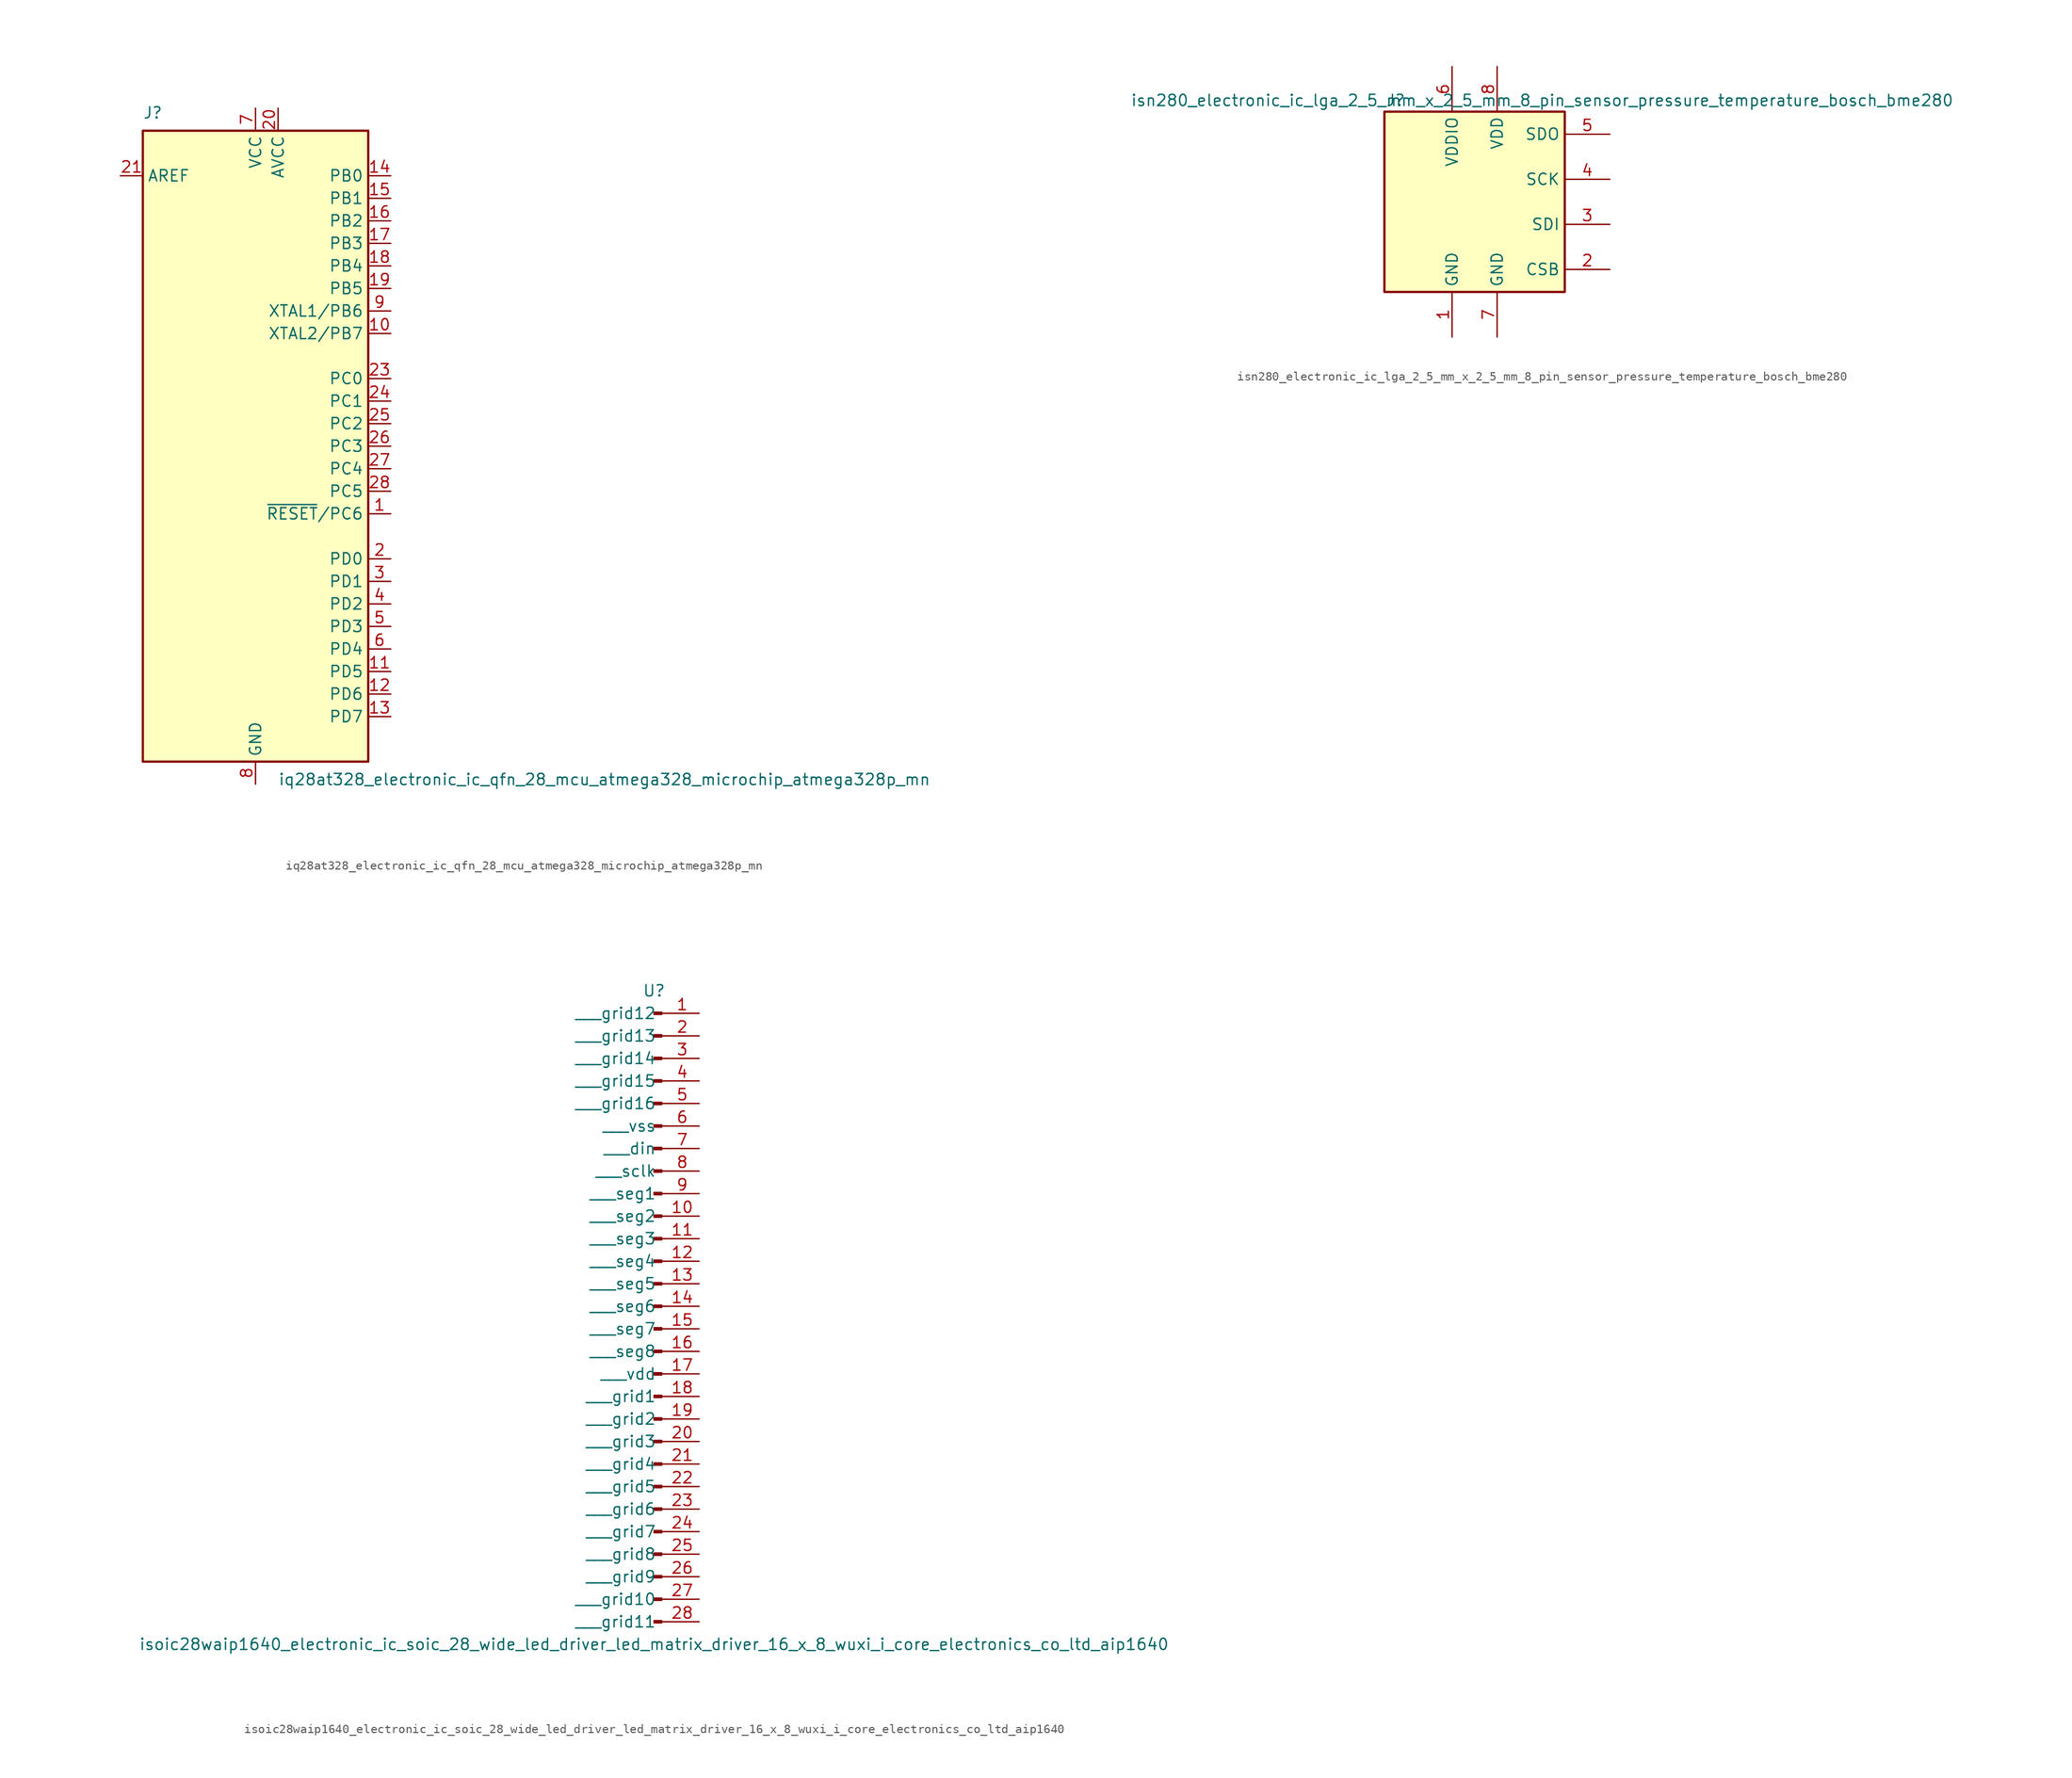
<source format=kicad_sym>
(kicad_symbol_lib
  (version 20220914)
  (generator kicad_symbol_editor)
  (symbol "iq28at328_electronic_ic_qfn_28_mcu_atmega328_microchip_atmega328p_mn"
    (property "Reference" "J"
      (at -12.7 36.83 0)
      (effects (font (size 1.27 1.27)) (justify left bottom)))
    (property "Value" "iq28at328_electronic_ic_qfn_28_mcu_atmega328_microchip_atmega328p_mn"
      (at 2.54 -36.83 0)
      (effects (font (size 1.27 1.27)) (justify left top)))
    (symbol "iq28at328_electronic_ic_qfn_28_mcu_atmega328_microchip_atmega328p_mn_0_1"
      (rectangle (start -12.7 -35.56) (end 12.7 35.56) (stroke (width 0.254) (type default)) (fill (type background))))
    (symbol "iq28at328_electronic_ic_qfn_28_mcu_atmega328_microchip_atmega328p_mn_1_1"
      (pin bidirectional line (at 15.24 -7.62 180) (length 2.54) (name "~{RESET}/PC6" (effects (font (size 1.27 1.27)))) (number "1" (effects (font (size 1.27 1.27)))))
      (pin bidirectional line (at 15.24 12.7 180) (length 2.54) (name "XTAL2/PB7" (effects (font (size 1.27 1.27)))) (number "10" (effects (font (size 1.27 1.27)))))
      (pin bidirectional line (at 15.24 -25.4 180) (length 2.54) (name "PD5" (effects (font (size 1.27 1.27)))) (number "11" (effects (font (size 1.27 1.27)))))
      (pin bidirectional line (at 15.24 -27.94 180) (length 2.54) (name "PD6" (effects (font (size 1.27 1.27)))) (number "12" (effects (font (size 1.27 1.27)))))
      (pin bidirectional line (at 15.24 -30.48 180) (length 2.54) (name "PD7" (effects (font (size 1.27 1.27)))) (number "13" (effects (font (size 1.27 1.27)))))
      (pin bidirectional line (at 15.24 30.48 180) (length 2.54) (name "PB0" (effects (font (size 1.27 1.27)))) (number "14" (effects (font (size 1.27 1.27)))))
      (pin bidirectional line (at 15.24 27.94 180) (length 2.54) (name "PB1" (effects (font (size 1.27 1.27)))) (number "15" (effects (font (size 1.27 1.27)))))
      (pin bidirectional line (at 15.24 25.4 180) (length 2.54) (name "PB2" (effects (font (size 1.27 1.27)))) (number "16" (effects (font (size 1.27 1.27)))))
      (pin bidirectional line (at 15.24 22.86 180) (length 2.54) (name "PB3" (effects (font (size 1.27 1.27)))) (number "17" (effects (font (size 1.27 1.27)))))
      (pin bidirectional line (at 15.24 20.32 180) (length 2.54) (name "PB4" (effects (font (size 1.27 1.27)))) (number "18" (effects (font (size 1.27 1.27)))))
      (pin bidirectional line (at 15.24 17.78 180) (length 2.54) (name "PB5" (effects (font (size 1.27 1.27)))) (number "19" (effects (font (size 1.27 1.27)))))
      (pin bidirectional line (at 15.24 -12.7 180) (length 2.54) (name "PD0" (effects (font (size 1.27 1.27)))) (number "2" (effects (font (size 1.27 1.27)))))
      (pin power_in line (at 2.54 38.1 270) (length 2.54) (name "AVCC" (effects (font (size 1.27 1.27)))) (number "20" (effects (font (size 1.27 1.27)))))
      (pin passive line (at -15.24 30.48 0) (length 2.54) (name "AREF" (effects (font (size 1.27 1.27)))) (number "21" (effects (font (size 1.27 1.27)))))
      (pin passive line (at 0 -38.1 90) (length 2.54) hide (name "GND" (effects (font (size 1.27 1.27)))) (number "22" (effects (font (size 1.27 1.27)))))
      (pin bidirectional line (at 15.24 7.62 180) (length 2.54) (name "PC0" (effects (font (size 1.27 1.27)))) (number "23" (effects (font (size 1.27 1.27)))))
      (pin bidirectional line (at 15.24 5.08 180) (length 2.54) (name "PC1" (effects (font (size 1.27 1.27)))) (number "24" (effects (font (size 1.27 1.27)))))
      (pin bidirectional line (at 15.24 2.54 180) (length 2.54) (name "PC2" (effects (font (size 1.27 1.27)))) (number "25" (effects (font (size 1.27 1.27)))))
      (pin bidirectional line (at 15.24 0 180) (length 2.54) (name "PC3" (effects (font (size 1.27 1.27)))) (number "26" (effects (font (size 1.27 1.27)))))
      (pin bidirectional line (at 15.24 -2.54 180) (length 2.54) (name "PC4" (effects (font (size 1.27 1.27)))) (number "27" (effects (font (size 1.27 1.27)))))
      (pin bidirectional line (at 15.24 -5.08 180) (length 2.54) (name "PC5" (effects (font (size 1.27 1.27)))) (number "28" (effects (font (size 1.27 1.27)))))
      (pin bidirectional line (at 15.24 -15.24 180) (length 2.54) (name "PD1" (effects (font (size 1.27 1.27)))) (number "3" (effects (font (size 1.27 1.27)))))
      (pin bidirectional line (at 15.24 -17.78 180) (length 2.54) (name "PD2" (effects (font (size 1.27 1.27)))) (number "4" (effects (font (size 1.27 1.27)))))
      (pin bidirectional line (at 15.24 -20.32 180) (length 2.54) (name "PD3" (effects (font (size 1.27 1.27)))) (number "5" (effects (font (size 1.27 1.27)))))
      (pin bidirectional line (at 15.24 -22.86 180) (length 2.54) (name "PD4" (effects (font (size 1.27 1.27)))) (number "6" (effects (font (size 1.27 1.27)))))
      (pin power_in line (at 0 38.1 270) (length 2.54) (name "VCC" (effects (font (size 1.27 1.27)))) (number "7" (effects (font (size 1.27 1.27)))))
      (pin power_in line (at 0 -38.1 90) (length 2.54) (name "GND" (effects (font (size 1.27 1.27)))) (number "8" (effects (font (size 1.27 1.27)))))
      (pin bidirectional line (at 15.24 15.24 180) (length 2.54) (name "XTAL1/PB6" (effects (font (size 1.27 1.27)))) (number "9" (effects (font (size 1.27 1.27)))))))
  (symbol "isn280_electronic_ic_lga_2_5_mm_x_2_5_mm_8_pin_sensor_pressure_temperature_bosch_bme280"
    (property "Reference" "J"
      (at -8.89 11.43 0)
      (effects (font (size 1.27 1.27))))
    (property "Value" "isn280_electronic_ic_lga_2_5_mm_x_2_5_mm_8_pin_sensor_pressure_temperature_bosch_bme280"
      (at 7.62 11.43 0)
      (effects (font (size 1.27 1.27))))
    (symbol "isn280_electronic_ic_lga_2_5_mm_x_2_5_mm_8_pin_sensor_pressure_temperature_bosch_bme280_0_1"
      (rectangle (start -10.16 10.16) (end 10.16 -10.16) (stroke (width 0.254) (type default)) (fill (type background))))
    (symbol "isn280_electronic_ic_lga_2_5_mm_x_2_5_mm_8_pin_sensor_pressure_temperature_bosch_bme280_1_1"
      (pin power_in line (at -2.54 -15.24 90) (length 5.08) (name "GND" (effects (font (size 1.27 1.27)))) (number "1" (effects (font (size 1.27 1.27)))))
      (pin input line (at 15.24 -7.62 180) (length 5.08) (name "CSB" (effects (font (size 1.27 1.27)))) (number "2" (effects (font (size 1.27 1.27)))))
      (pin bidirectional line (at 15.24 -2.54 180) (length 5.08) (name "SDI" (effects (font (size 1.27 1.27)))) (number "3" (effects (font (size 1.27 1.27)))))
      (pin input line (at 15.24 2.54 180) (length 5.08) (name "SCK" (effects (font (size 1.27 1.27)))) (number "4" (effects (font (size 1.27 1.27)))))
      (pin bidirectional line (at 15.24 7.62 180) (length 5.08) (name "SDO" (effects (font (size 1.27 1.27)))) (number "5" (effects (font (size 1.27 1.27)))))
      (pin power_in line (at -2.54 15.24 270) (length 5.08) (name "VDDIO" (effects (font (size 1.27 1.27)))) (number "6" (effects (font (size 1.27 1.27)))))
      (pin power_in line (at 2.54 -15.24 90) (length 5.08) (name "GND" (effects (font (size 1.27 1.27)))) (number "7" (effects (font (size 1.27 1.27)))))
      (pin power_in line (at 2.54 15.24 270) (length 5.08) (name "VDD" (effects (font (size 1.27 1.27)))) (number "8" (effects (font (size 1.27 1.27)))))))
  (symbol "isoic28waip1640_electronic_ic_soic_28_wide_led_driver_led_matrix_driver_16_x_8_wuxi_i_core_electronics_co_ltd_aip1640"
    (pin_names
      (offset 1.016))
    (property "Reference" "U"
      (at 0 35.56 0)
      (effects (font (size 1.27 1.27))))
    (property "Value" "isoic28waip1640_electronic_ic_soic_28_wide_led_driver_led_matrix_driver_16_x_8_wuxi_i_core_electronics_co_ltd_aip1640"
      (at 0 -38.1 0)
      (effects (font (size 1.27 1.27))))
    (property "ki_locked" ""
      (at 0 0 0)
      (effects (font (size 1.27 1.27))))
    (symbol "isoic28waip1640_electronic_ic_soic_28_wide_led_driver_led_matrix_driver_16_x_8_wuxi_i_core_electronics_co_ltd_aip1640_1_1"
      (polyline (pts (xy 1.27 -35.56) (xy 0.864 -35.56)) (stroke (width 0.152) (type default)) (fill (type none)))
      (polyline (pts (xy 1.27 -33.02) (xy 0.864 -33.02)) (stroke (width 0.152) (type default)) (fill (type none)))
      (polyline (pts (xy 1.27 -30.48) (xy 0.864 -30.48)) (stroke (width 0.152) (type default)) (fill (type none)))
      (polyline (pts (xy 1.27 -27.94) (xy 0.864 -27.94)) (stroke (width 0.152) (type default)) (fill (type none)))
      (polyline (pts (xy 1.27 -25.4) (xy 0.864 -25.4)) (stroke (width 0.152) (type default)) (fill (type none)))
      (polyline (pts (xy 1.27 -22.86) (xy 0.864 -22.86)) (stroke (width 0.152) (type default)) (fill (type none)))
      (polyline (pts (xy 1.27 -20.32) (xy 0.864 -20.32)) (stroke (width 0.152) (type default)) (fill (type none)))
      (polyline (pts (xy 1.27 -17.78) (xy 0.864 -17.78)) (stroke (width 0.152) (type default)) (fill (type none)))
      (polyline (pts (xy 1.27 -15.24) (xy 0.864 -15.24)) (stroke (width 0.152) (type default)) (fill (type none)))
      (polyline (pts (xy 1.27 -12.7) (xy 0.864 -12.7)) (stroke (width 0.152) (type default)) (fill (type none)))
      (polyline (pts (xy 1.27 -10.16) (xy 0.864 -10.16)) (stroke (width 0.152) (type default)) (fill (type none)))
      (polyline (pts (xy 1.27 -7.62) (xy 0.864 -7.62)) (stroke (width 0.152) (type default)) (fill (type none)))
      (polyline (pts (xy 1.27 -5.08) (xy 0.864 -5.08)) (stroke (width 0.152) (type default)) (fill (type none)))
      (polyline (pts (xy 1.27 -2.54) (xy 0.864 -2.54)) (stroke (width 0.152) (type default)) (fill (type none)))
      (polyline (pts (xy 1.27 0) (xy 0.864 0)) (stroke (width 0.152) (type default)) (fill (type none)))
      (polyline (pts (xy 1.27 2.54) (xy 0.864 2.54)) (stroke (width 0.152) (type default)) (fill (type none)))
      (polyline (pts (xy 1.27 5.08) (xy 0.864 5.08)) (stroke (width 0.152) (type default)) (fill (type none)))
      (polyline (pts (xy 1.27 7.62) (xy 0.864 7.62)) (stroke (width 0.152) (type default)) (fill (type none)))
      (polyline (pts (xy 1.27 10.16) (xy 0.864 10.16)) (stroke (width 0.152) (type default)) (fill (type none)))
      (polyline (pts (xy 1.27 12.7) (xy 0.864 12.7)) (stroke (width 0.152) (type default)) (fill (type none)))
      (polyline (pts (xy 1.27 15.24) (xy 0.864 15.24)) (stroke (width 0.152) (type default)) (fill (type none)))
      (polyline (pts (xy 1.27 17.78) (xy 0.864 17.78)) (stroke (width 0.152) (type default)) (fill (type none)))
      (polyline (pts (xy 1.27 20.32) (xy 0.864 20.32)) (stroke (width 0.152) (type default)) (fill (type none)))
      (polyline (pts (xy 1.27 22.86) (xy 0.864 22.86)) (stroke (width 0.152) (type default)) (fill (type none)))
      (polyline (pts (xy 1.27 25.4) (xy 0.864 25.4)) (stroke (width 0.152) (type default)) (fill (type none)))
      (polyline (pts (xy 1.27 27.94) (xy 0.864 27.94)) (stroke (width 0.152) (type default)) (fill (type none)))
      (polyline (pts (xy 1.27 30.48) (xy 0.864 30.48)) (stroke (width 0.152) (type default)) (fill (type none)))
      (polyline (pts (xy 1.27 33.02) (xy 0.864 33.02)) (stroke (width 0.152) (type default)) (fill (type none)))
      (rectangle (start 0.864 -35.433) (end 0 -35.687) (stroke (width 0.152) (type default)) (fill (type outline)))
      (rectangle (start 0.864 -32.893) (end 0 -33.147) (stroke (width 0.152) (type default)) (fill (type outline)))
      (rectangle (start 0.864 -30.353) (end 0 -30.607) (stroke (width 0.152) (type default)) (fill (type outline)))
      (rectangle (start 0.864 -27.813) (end 0 -28.067) (stroke (width 0.152) (type default)) (fill (type outline)))
      (rectangle (start 0.864 -25.273) (end 0 -25.527) (stroke (width 0.152) (type default)) (fill (type outline)))
      (rectangle (start 0.864 -22.733) (end 0 -22.987) (stroke (width 0.152) (type default)) (fill (type outline)))
      (rectangle (start 0.864 -20.193) (end 0 -20.447) (stroke (width 0.152) (type default)) (fill (type outline)))
      (rectangle (start 0.864 -17.653) (end 0 -17.907) (stroke (width 0.152) (type default)) (fill (type outline)))
      (rectangle (start 0.864 -15.113) (end 0 -15.367) (stroke (width 0.152) (type default)) (fill (type outline)))
      (rectangle (start 0.864 -12.573) (end 0 -12.827) (stroke (width 0.152) (type default)) (fill (type outline)))
      (rectangle (start 0.864 -10.033) (end 0 -10.287) (stroke (width 0.152) (type default)) (fill (type outline)))
      (rectangle (start 0.864 -7.493) (end 0 -7.747) (stroke (width 0.152) (type default)) (fill (type outline)))
      (rectangle (start 0.864 -4.953) (end 0 -5.207) (stroke (width 0.152) (type default)) (fill (type outline)))
      (rectangle (start 0.864 -2.413) (end 0 -2.667) (stroke (width 0.152) (type default)) (fill (type outline)))
      (rectangle (start 0.864 0.127) (end 0 -0.127) (stroke (width 0.152) (type default)) (fill (type outline)))
      (rectangle (start 0.864 2.667) (end 0 2.413) (stroke (width 0.152) (type default)) (fill (type outline)))
      (rectangle (start 0.864 5.207) (end 0 4.953) (stroke (width 0.152) (type default)) (fill (type outline)))
      (rectangle (start 0.864 7.747) (end 0 7.493) (stroke (width 0.152) (type default)) (fill (type outline)))
      (rectangle (start 0.864 10.287) (end 0 10.033) (stroke (width 0.152) (type default)) (fill (type outline)))
      (rectangle (start 0.864 12.827) (end 0 12.573) (stroke (width 0.152) (type default)) (fill (type outline)))
      (rectangle (start 0.864 15.367) (end 0 15.113) (stroke (width 0.152) (type default)) (fill (type outline)))
      (rectangle (start 0.864 17.907) (end 0 17.653) (stroke (width 0.152) (type default)) (fill (type outline)))
      (rectangle (start 0.864 20.447) (end 0 20.193) (stroke (width 0.152) (type default)) (fill (type outline)))
      (rectangle (start 0.864 22.987) (end 0 22.733) (stroke (width 0.152) (type default)) (fill (type outline)))
      (rectangle (start 0.864 25.527) (end 0 25.273) (stroke (width 0.152) (type default)) (fill (type outline)))
      (rectangle (start 0.864 28.067) (end 0 27.813) (stroke (width 0.152) (type default)) (fill (type outline)))
      (rectangle (start 0.864 30.607) (end 0 30.353) (stroke (width 0.152) (type default)) (fill (type outline)))
      (rectangle (start 0.864 33.147) (end 0 32.893) (stroke (width 0.152) (type default)) (fill (type outline)))
      (pin passive line (at 5.08 33.02 180) (length 3.81) (name "   grid12" (effects (font (size 1.27 1.27)))) (number "1" (effects (font (size 1.27 1.27)))))
      (pin passive line (at 5.08 10.16 180) (length 3.81) (name "   seg2" (effects (font (size 1.27 1.27)))) (number "10" (effects (font (size 1.27 1.27)))))
      (pin passive line (at 5.08 7.62 180) (length 3.81) (name "   seg3" (effects (font (size 1.27 1.27)))) (number "11" (effects (font (size 1.27 1.27)))))
      (pin passive line (at 5.08 5.08 180) (length 3.81) (name "   seg4" (effects (font (size 1.27 1.27)))) (number "12" (effects (font (size 1.27 1.27)))))
      (pin passive line (at 5.08 2.54 180) (length 3.81) (name "   seg5" (effects (font (size 1.27 1.27)))) (number "13" (effects (font (size 1.27 1.27)))))
      (pin passive line (at 5.08 0 180) (length 3.81) (name "   seg6" (effects (font (size 1.27 1.27)))) (number "14" (effects (font (size 1.27 1.27)))))
      (pin passive line (at 5.08 -2.54 180) (length 3.81) (name "   seg7" (effects (font (size 1.27 1.27)))) (number "15" (effects (font (size 1.27 1.27)))))
      (pin passive line (at 5.08 -5.08 180) (length 3.81) (name "   seg8" (effects (font (size 1.27 1.27)))) (number "16" (effects (font (size 1.27 1.27)))))
      (pin passive line (at 5.08 -7.62 180) (length 3.81) (name "   vdd" (effects (font (size 1.27 1.27)))) (number "17" (effects (font (size 1.27 1.27)))))
      (pin passive line (at 5.08 -10.16 180) (length 3.81) (name "   grid1" (effects (font (size 1.27 1.27)))) (number "18" (effects (font (size 1.27 1.27)))))
      (pin passive line (at 5.08 -12.7 180) (length 3.81) (name "   grid2" (effects (font (size 1.27 1.27)))) (number "19" (effects (font (size 1.27 1.27)))))
      (pin passive line (at 5.08 30.48 180) (length 3.81) (name "   grid13" (effects (font (size 1.27 1.27)))) (number "2" (effects (font (size 1.27 1.27)))))
      (pin passive line (at 5.08 -15.24 180) (length 3.81) (name "   grid3" (effects (font (size 1.27 1.27)))) (number "20" (effects (font (size 1.27 1.27)))))
      (pin passive line (at 5.08 -17.78 180) (length 3.81) (name "   grid4" (effects (font (size 1.27 1.27)))) (number "21" (effects (font (size 1.27 1.27)))))
      (pin passive line (at 5.08 -20.32 180) (length 3.81) (name "   grid5" (effects (font (size 1.27 1.27)))) (number "22" (effects (font (size 1.27 1.27)))))
      (pin passive line (at 5.08 -22.86 180) (length 3.81) (name "   grid6" (effects (font (size 1.27 1.27)))) (number "23" (effects (font (size 1.27 1.27)))))
      (pin passive line (at 5.08 -25.4 180) (length 3.81) (name "   grid7" (effects (font (size 1.27 1.27)))) (number "24" (effects (font (size 1.27 1.27)))))
      (pin passive line (at 5.08 -27.94 180) (length 3.81) (name "   grid8" (effects (font (size 1.27 1.27)))) (number "25" (effects (font (size 1.27 1.27)))))
      (pin passive line (at 5.08 -30.48 180) (length 3.81) (name "   grid9" (effects (font (size 1.27 1.27)))) (number "26" (effects (font (size 1.27 1.27)))))
      (pin passive line (at 5.08 -33.02 180) (length 3.81) (name "   grid10" (effects (font (size 1.27 1.27)))) (number "27" (effects (font (size 1.27 1.27)))))
      (pin passive line (at 5.08 -35.56 180) (length 3.81) (name "   grid11" (effects (font (size 1.27 1.27)))) (number "28" (effects (font (size 1.27 1.27)))))
      (pin passive line (at 5.08 27.94 180) (length 3.81) (name "   grid14" (effects (font (size 1.27 1.27)))) (number "3" (effects (font (size 1.27 1.27)))))
      (pin passive line (at 5.08 25.4 180) (length 3.81) (name "   grid15" (effects (font (size 1.27 1.27)))) (number "4" (effects (font (size 1.27 1.27)))))
      (pin passive line (at 5.08 22.86 180) (length 3.81) (name "   grid16" (effects (font (size 1.27 1.27)))) (number "5" (effects (font (size 1.27 1.27)))))
      (pin passive line (at 5.08 20.32 180) (length 3.81) (name "   vss" (effects (font (size 1.27 1.27)))) (number "6" (effects (font (size 1.27 1.27)))))
      (pin passive line (at 5.08 17.78 180) (length 3.81) (name "   din" (effects (font (size 1.27 1.27)))) (number "7" (effects (font (size 1.27 1.27)))))
      (pin passive line (at 5.08 15.24 180) (length 3.81) (name "   sclk" (effects (font (size 1.27 1.27)))) (number "8" (effects (font (size 1.27 1.27)))))
      (pin passive line (at 5.08 12.7 180) (length 3.81) (name "   seg1" (effects (font (size 1.27 1.27)))) (number "9" (effects (font (size 1.27 1.27))))))))
</source>
